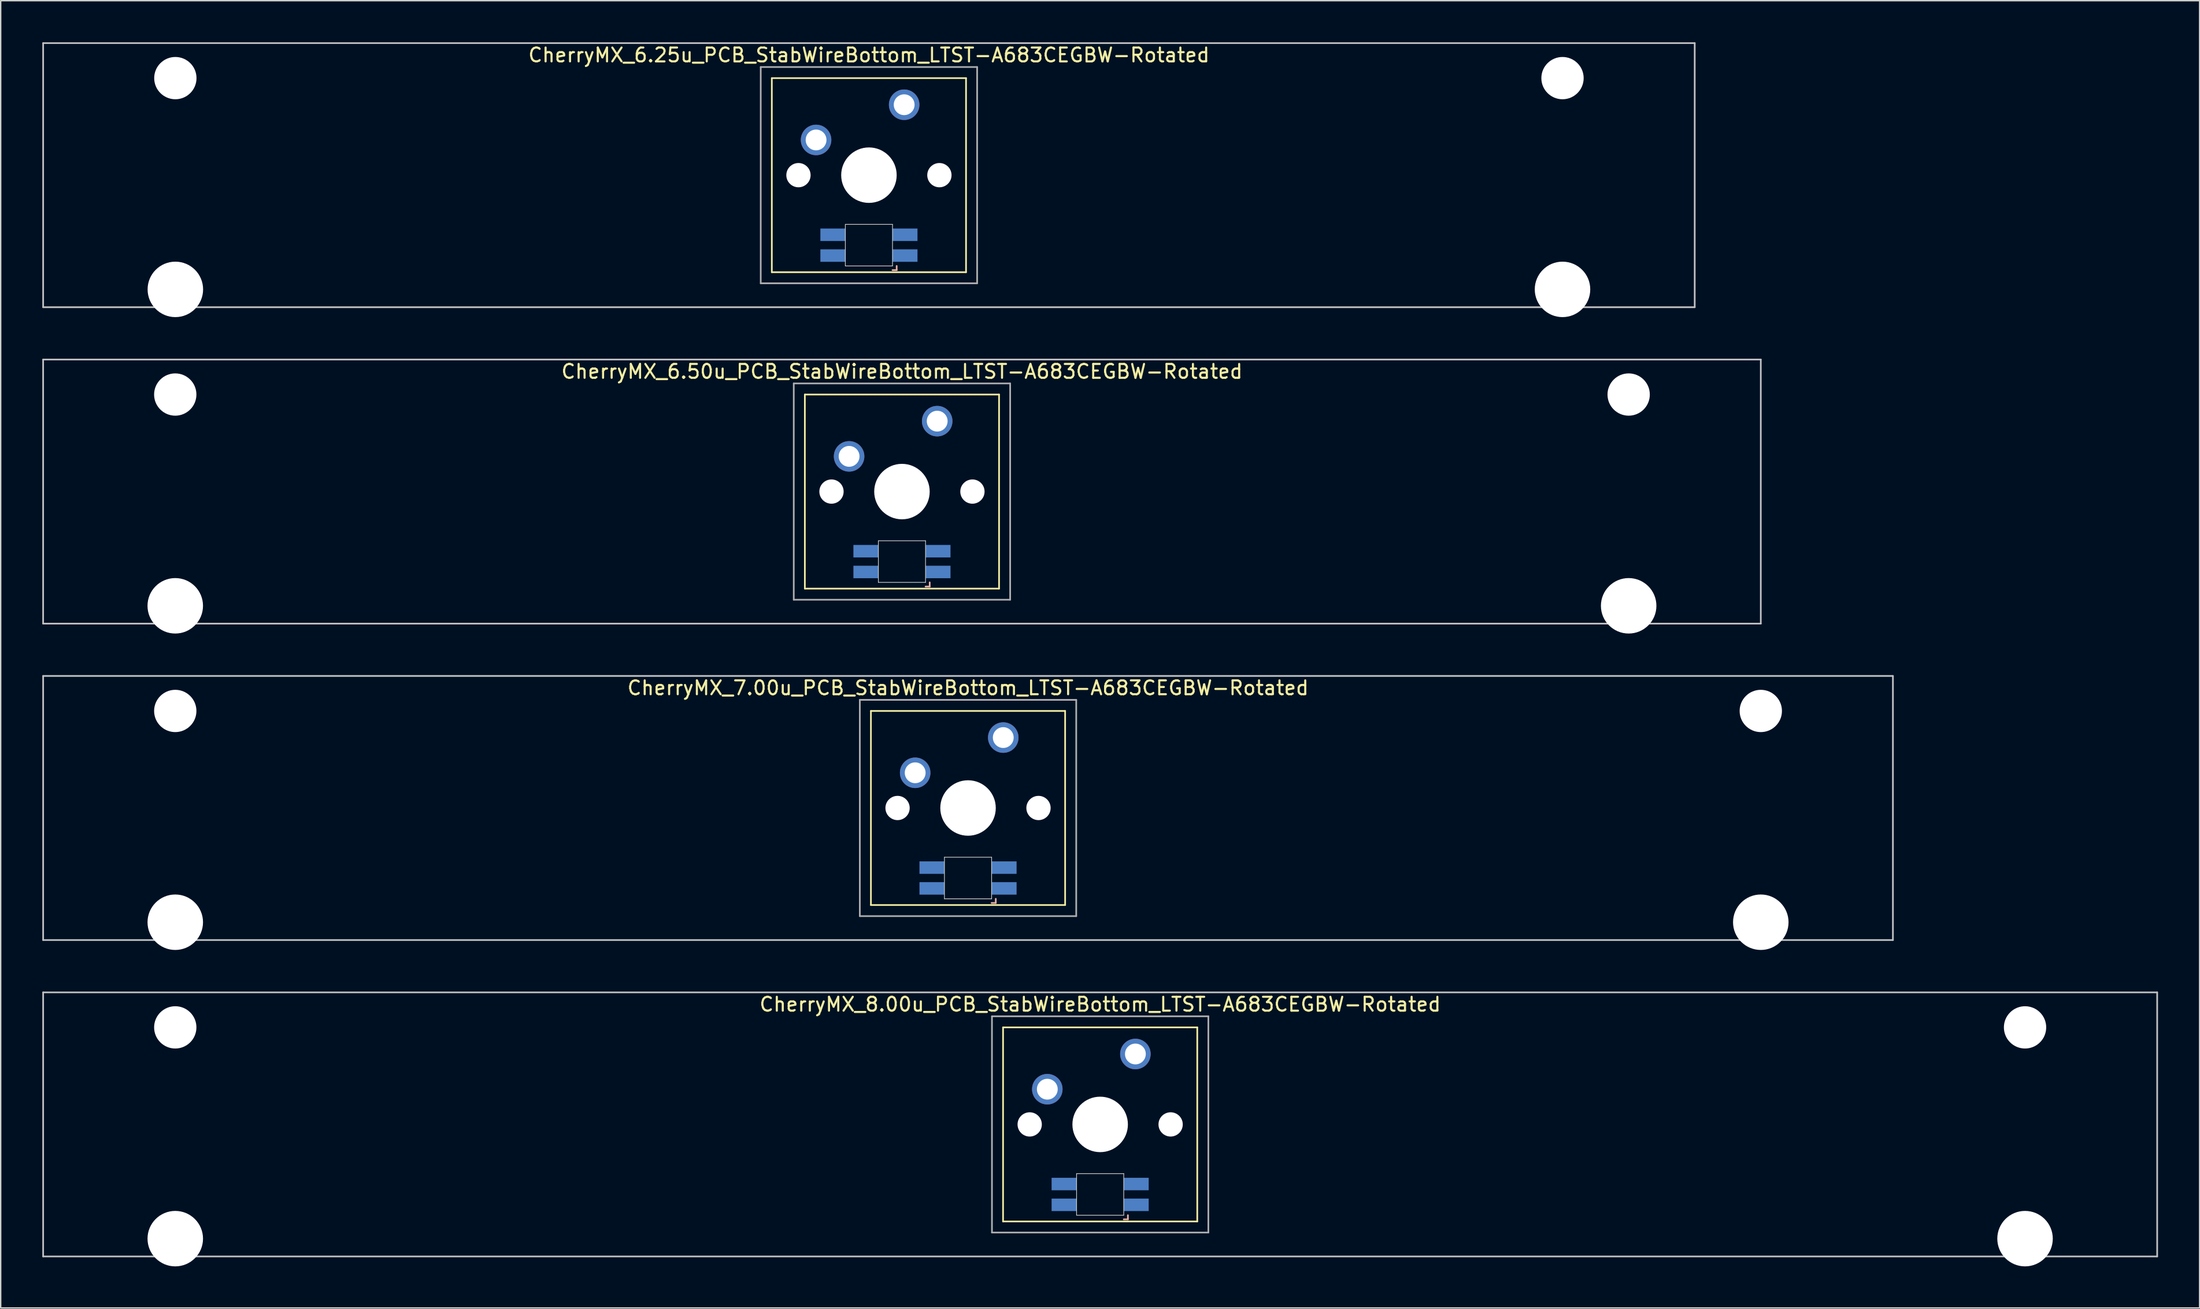
<source format=kicad_pcb>
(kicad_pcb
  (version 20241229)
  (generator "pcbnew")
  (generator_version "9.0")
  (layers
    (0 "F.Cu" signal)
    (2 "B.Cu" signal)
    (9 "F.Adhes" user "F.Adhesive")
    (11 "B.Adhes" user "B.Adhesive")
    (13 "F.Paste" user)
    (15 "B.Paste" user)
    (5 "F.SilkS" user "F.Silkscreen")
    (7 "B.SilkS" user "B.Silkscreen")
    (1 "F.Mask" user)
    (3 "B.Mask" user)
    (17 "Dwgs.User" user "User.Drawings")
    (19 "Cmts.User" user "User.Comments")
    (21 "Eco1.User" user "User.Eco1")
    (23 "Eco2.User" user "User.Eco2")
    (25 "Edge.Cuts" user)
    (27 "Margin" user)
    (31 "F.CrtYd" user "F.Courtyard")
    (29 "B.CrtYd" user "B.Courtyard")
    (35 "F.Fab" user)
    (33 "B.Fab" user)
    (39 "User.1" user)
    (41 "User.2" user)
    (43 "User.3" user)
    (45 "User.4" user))
  (footprint "CherryMX_8.00u_PCB_StabWireBottom_LTST-A683CEGBW-Rotated"
    (layer "F.Cu")
    (at 76.26 78.06)
    (property "Reference" "CherryMX_8.00u_PCB_StabWireBottom_LTST-A683CEGBW-Rotated" (at 0 -8.662 0) (layer "F.SilkS") (effects (font (size 1 1) (thickness 0.15))))
    (attr through_hole)
    (fp_line (start -7 -7) (end -7 7) (stroke (width 0.12) (type solid)) (layer "F.SilkS"))
    (fp_line (start -7 -7) (end 7 -7) (stroke (width 0.12) (type solid)) (layer "F.SilkS"))
    (fp_line (start 7 -7) (end 7 7) (stroke (width 0.12) (type solid)) (layer "F.SilkS"))
    (fp_line (start 7 7) (end -7 7) (stroke (width 0.12) (type solid)) (layer "F.SilkS"))
    (fp_line (start 1.7 6.85) (end 2 6.85) (stroke (width 0.12) (type solid)) (layer "B.SilkS"))
    (fp_line (start 2 6.85) (end 2 6.55) (stroke (width 0.12) (type solid)) (layer "B.SilkS"))
    (fp_line (start -76.2 -9.525) (end 76.2 -9.525) (stroke (width 0.12) (type solid)) (layer "Dwgs.User"))
    (fp_line (start -76.2 9.525) (end -76.2 -9.525) (stroke (width 0.12) (type solid)) (layer "Dwgs.User"))
    (fp_line (start 76.2 -9.525) (end 76.2 9.525) (stroke (width 0.12) (type solid)) (layer "Dwgs.User"))
    (fp_line (start 76.2 9.525) (end -76.2 9.525) (stroke (width 0.12) (type solid)) (layer "Dwgs.User"))
    (fp_line (start -1.7 3.55) (end 1.7 3.55) (stroke (width 0.05) (type solid)) (layer "Edge.Cuts"))
    (fp_line (start -1.7 6.55) (end -1.7 3.55) (stroke (width 0.05) (type solid)) (layer "Edge.Cuts"))
    (fp_line (start 1.7 3.55) (end 1.7 6.55) (stroke (width 0.05) (type solid)) (layer "Edge.Cuts"))
    (fp_line (start 1.7 6.55) (end -1.7 6.55) (stroke (width 0.05) (type solid)) (layer "Edge.Cuts"))
    (fp_line (start -7.8 -7.8) (end -7.8 7.8) (stroke (width 0.12) (type solid)) (layer "F.Fab"))
    (fp_line (start -7.8 -7.8) (end 7.8 -7.8) (stroke (width 0.12) (type solid)) (layer "F.Fab"))
    (fp_line (start -7.8 7.8) (end 7.8 7.8) (stroke (width 0.12) (type solid)) (layer "F.Fab"))
    (fp_line (start 7.8 -7.8) (end 7.8 7.8) (stroke (width 0.12) (type solid)) (layer "F.Fab"))
    (pad "" np_thru_hole circle (at -66.675 -7) (size 3.05 3.05) (drill 3.05) (layers "*.Cu" "*.Mask"))
    (pad "" np_thru_hole circle (at -66.675 8.24) (size 4 4) (drill 4) (layers "*.Cu" "*.Mask"))
    (pad "" np_thru_hole circle (at -5.08 0) (size 1.75 1.75) (drill 1.75) (layers "*.Cu" "*.Mask"))
    (pad "" np_thru_hole circle (at 0 0) (size 4 4) (drill 4) (layers "*.Cu" "*.Mask"))
    (pad "" np_thru_hole circle (at 5.08 0) (size 1.75 1.75) (drill 1.75) (layers "*.Cu" "*.Mask"))
    (pad "" np_thru_hole circle (at 66.675 -7) (size 3.05 3.05) (drill 3.05) (layers "*.Cu" "*.Mask"))
    (pad "" np_thru_hole circle (at 66.675 8.24) (size 4 4) (drill 4) (layers "*.Cu" "*.Mask"))
    (pad "1" thru_hole circle (at -3.81 -2.54) (size 2.2 2.2) (drill 1.5) (layers "*.Cu" "*.Mask"))
    (pad "2" thru_hole circle (at 2.54 -5.08) (size 2.2 2.2) (drill 1.5) (layers "*.Cu" "*.Mask"))
    (pad "3" smd rect (at 2.6 5.8) (size 1.8 0.9) (layers "B.Cu" "B.Mask" "B.Paste"))
    (pad "4" smd rect (at 2.6 4.3) (size 1.8 0.9) (layers "B.Cu" "B.Mask" "B.Paste"))
    (pad "5" smd rect (at -2.6 5.8) (size 1.8 0.9) (layers "B.Cu" "B.Mask" "B.Paste"))
    (pad "6" smd rect (at -2.6 4.3) (size 1.8 0.9) (layers "B.Cu" "B.Mask" "B.Paste")))
  (footprint "CherryMX_7.00u_PCB_StabWireBottom_LTST-A683CEGBW-Rotated"
    (layer "F.Cu")
    (at 66.735 55.235)
    (property "Reference" "CherryMX_7.00u_PCB_StabWireBottom_LTST-A683CEGBW-Rotated" (at 0 -8.662 0) (layer "F.SilkS") (effects (font (size 1 1) (thickness 0.15))))
    (attr through_hole)
    (fp_line (start -7 -7) (end -7 7) (stroke (width 0.12) (type solid)) (layer "F.SilkS"))
    (fp_line (start -7 -7) (end 7 -7) (stroke (width 0.12) (type solid)) (layer "F.SilkS"))
    (fp_line (start 7 -7) (end 7 7) (stroke (width 0.12) (type solid)) (layer "F.SilkS"))
    (fp_line (start 7 7) (end -7 7) (stroke (width 0.12) (type solid)) (layer "F.SilkS"))
    (fp_line (start 1.7 6.85) (end 2 6.85) (stroke (width 0.12) (type solid)) (layer "B.SilkS"))
    (fp_line (start 2 6.85) (end 2 6.55) (stroke (width 0.12) (type solid)) (layer "B.SilkS"))
    (fp_line (start -66.675 -9.525) (end 66.675 -9.525) (stroke (width 0.12) (type solid)) (layer "Dwgs.User"))
    (fp_line (start -66.675 9.525) (end -66.675 -9.525) (stroke (width 0.12) (type solid)) (layer "Dwgs.User"))
    (fp_line (start 66.675 -9.525) (end 66.675 9.525) (stroke (width 0.12) (type solid)) (layer "Dwgs.User"))
    (fp_line (start 66.675 9.525) (end -66.675 9.525) (stroke (width 0.12) (type solid)) (layer "Dwgs.User"))
    (fp_line (start -1.7 3.55) (end 1.7 3.55) (stroke (width 0.05) (type solid)) (layer "Edge.Cuts"))
    (fp_line (start -1.7 6.55) (end -1.7 3.55) (stroke (width 0.05) (type solid)) (layer "Edge.Cuts"))
    (fp_line (start 1.7 3.55) (end 1.7 6.55) (stroke (width 0.05) (type solid)) (layer "Edge.Cuts"))
    (fp_line (start 1.7 6.55) (end -1.7 6.55) (stroke (width 0.05) (type solid)) (layer "Edge.Cuts"))
    (fp_line (start -7.8 -7.8) (end -7.8 7.8) (stroke (width 0.12) (type solid)) (layer "F.Fab"))
    (fp_line (start -7.8 -7.8) (end 7.8 -7.8) (stroke (width 0.12) (type solid)) (layer "F.Fab"))
    (fp_line (start -7.8 7.8) (end 7.8 7.8) (stroke (width 0.12) (type solid)) (layer "F.Fab"))
    (fp_line (start 7.8 -7.8) (end 7.8 7.8) (stroke (width 0.12) (type solid)) (layer "F.Fab"))
    (pad "" np_thru_hole circle (at -57.15 -7) (size 3.05 3.05) (drill 3.05) (layers "*.Cu" "*.Mask"))
    (pad "" np_thru_hole circle (at -57.15 8.24) (size 4 4) (drill 4) (layers "*.Cu" "*.Mask"))
    (pad "" np_thru_hole circle (at -5.08 0) (size 1.75 1.75) (drill 1.75) (layers "*.Cu" "*.Mask"))
    (pad "" np_thru_hole circle (at 0 0) (size 4 4) (drill 4) (layers "*.Cu" "*.Mask"))
    (pad "" np_thru_hole circle (at 5.08 0) (size 1.75 1.75) (drill 1.75) (layers "*.Cu" "*.Mask"))
    (pad "" np_thru_hole circle (at 57.15 -7) (size 3.05 3.05) (drill 3.05) (layers "*.Cu" "*.Mask"))
    (pad "" np_thru_hole circle (at 57.15 8.24) (size 4 4) (drill 4) (layers "*.Cu" "*.Mask"))
    (pad "1" thru_hole circle (at -3.81 -2.54) (size 2.2 2.2) (drill 1.5) (layers "*.Cu" "*.Mask"))
    (pad "2" thru_hole circle (at 2.54 -5.08) (size 2.2 2.2) (drill 1.5) (layers "*.Cu" "*.Mask"))
    (pad "3" smd rect (at 2.6 5.8) (size 1.8 0.9) (layers "B.Cu" "B.Mask" "B.Paste"))
    (pad "4" smd rect (at 2.6 4.3) (size 1.8 0.9) (layers "B.Cu" "B.Mask" "B.Paste"))
    (pad "5" smd rect (at -2.6 5.8) (size 1.8 0.9) (layers "B.Cu" "B.Mask" "B.Paste"))
    (pad "6" smd rect (at -2.6 4.3) (size 1.8 0.9) (layers "B.Cu" "B.Mask" "B.Paste")))
  (footprint "CherryMX_6.25u_PCB_StabWireBottom_LTST-A683CEGBW-Rotated"
    (layer "F.Cu")
    (at 59.591 9.585)
    (property "Reference" "CherryMX_6.25u_PCB_StabWireBottom_LTST-A683CEGBW-Rotated" (at 0 -8.662 0) (layer "F.SilkS") (effects (font (size 1 1) (thickness 0.15))))
    (attr through_hole)
    (fp_line (start -7 -7) (end -7 7) (stroke (width 0.12) (type solid)) (layer "F.SilkS"))
    (fp_line (start -7 -7) (end 7 -7) (stroke (width 0.12) (type solid)) (layer "F.SilkS"))
    (fp_line (start 7 -7) (end 7 7) (stroke (width 0.12) (type solid)) (layer "F.SilkS"))
    (fp_line (start 7 7) (end -7 7) (stroke (width 0.12) (type solid)) (layer "F.SilkS"))
    (fp_line (start 1.7 6.85) (end 2 6.85) (stroke (width 0.12) (type solid)) (layer "B.SilkS"))
    (fp_line (start 2 6.85) (end 2 6.55) (stroke (width 0.12) (type solid)) (layer "B.SilkS"))
    (fp_line (start -59.531 -9.525) (end 59.531 -9.525) (stroke (width 0.12) (type solid)) (layer "Dwgs.User"))
    (fp_line (start -59.531 9.525) (end -59.531 -9.525) (stroke (width 0.12) (type solid)) (layer "Dwgs.User"))
    (fp_line (start 59.531 -9.525) (end 59.531 9.525) (stroke (width 0.12) (type solid)) (layer "Dwgs.User"))
    (fp_line (start 59.531 9.525) (end -59.531 9.525) (stroke (width 0.12) (type solid)) (layer "Dwgs.User"))
    (fp_line (start -1.7 3.55) (end 1.7 3.55) (stroke (width 0.05) (type solid)) (layer "Edge.Cuts"))
    (fp_line (start -1.7 6.55) (end -1.7 3.55) (stroke (width 0.05) (type solid)) (layer "Edge.Cuts"))
    (fp_line (start 1.7 3.55) (end 1.7 6.55) (stroke (width 0.05) (type solid)) (layer "Edge.Cuts"))
    (fp_line (start 1.7 6.55) (end -1.7 6.55) (stroke (width 0.05) (type solid)) (layer "Edge.Cuts"))
    (fp_line (start -7.8 -7.8) (end -7.8 7.8) (stroke (width 0.12) (type solid)) (layer "F.Fab"))
    (fp_line (start -7.8 -7.8) (end 7.8 -7.8) (stroke (width 0.12) (type solid)) (layer "F.Fab"))
    (fp_line (start -7.8 7.8) (end 7.8 7.8) (stroke (width 0.12) (type solid)) (layer "F.Fab"))
    (fp_line (start 7.8 -7.8) (end 7.8 7.8) (stroke (width 0.12) (type solid)) (layer "F.Fab"))
    (pad "" np_thru_hole circle (at -50 -7) (size 3.05 3.05) (drill 3.05) (layers "*.Cu" "*.Mask"))
    (pad "" np_thru_hole circle (at -50 8.24) (size 4 4) (drill 4) (layers "*.Cu" "*.Mask"))
    (pad "" np_thru_hole circle (at -5.08 0) (size 1.75 1.75) (drill 1.75) (layers "*.Cu" "*.Mask"))
    (pad "" np_thru_hole circle (at 0 0) (size 4 4) (drill 4) (layers "*.Cu" "*.Mask"))
    (pad "" np_thru_hole circle (at 5.08 0) (size 1.75 1.75) (drill 1.75) (layers "*.Cu" "*.Mask"))
    (pad "" np_thru_hole circle (at 50 -7) (size 3.05 3.05) (drill 3.05) (layers "*.Cu" "*.Mask"))
    (pad "" np_thru_hole circle (at 50 8.24) (size 4 4) (drill 4) (layers "*.Cu" "*.Mask"))
    (pad "1" thru_hole circle (at -3.81 -2.54) (size 2.2 2.2) (drill 1.5) (layers "*.Cu" "*.Mask"))
    (pad "2" thru_hole circle (at 2.54 -5.08) (size 2.2 2.2) (drill 1.5) (layers "*.Cu" "*.Mask"))
    (pad "3" smd rect (at 2.6 5.8) (size 1.8 0.9) (layers "B.Cu" "B.Mask" "B.Paste"))
    (pad "4" smd rect (at 2.6 4.3) (size 1.8 0.9) (layers "B.Cu" "B.Mask" "B.Paste"))
    (pad "5" smd rect (at -2.6 5.8) (size 1.8 0.9) (layers "B.Cu" "B.Mask" "B.Paste"))
    (pad "6" smd rect (at -2.6 4.3) (size 1.8 0.9) (layers "B.Cu" "B.Mask" "B.Paste")))
  (footprint "CherryMX_6.50u_PCB_StabWireBottom_LTST-A683CEGBW-Rotated"
    (layer "F.Cu")
    (at 61.972 32.41)
    (property "Reference" "CherryMX_6.50u_PCB_StabWireBottom_LTST-A683CEGBW-Rotated" (at 0 -8.662 0) (layer "F.SilkS") (effects (font (size 1 1) (thickness 0.15))))
    (attr through_hole)
    (fp_line (start -7 -7) (end -7 7) (stroke (width 0.12) (type solid)) (layer "F.SilkS"))
    (fp_line (start -7 -7) (end 7 -7) (stroke (width 0.12) (type solid)) (layer "F.SilkS"))
    (fp_line (start 7 -7) (end 7 7) (stroke (width 0.12) (type solid)) (layer "F.SilkS"))
    (fp_line (start 7 7) (end -7 7) (stroke (width 0.12) (type solid)) (layer "F.SilkS"))
    (fp_line (start 1.7 6.85) (end 2 6.85) (stroke (width 0.12) (type solid)) (layer "B.SilkS"))
    (fp_line (start 2 6.85) (end 2 6.55) (stroke (width 0.12) (type solid)) (layer "B.SilkS"))
    (fp_line (start -61.913 -9.525) (end 61.913 -9.525) (stroke (width 0.12) (type solid)) (layer "Dwgs.User"))
    (fp_line (start -61.913 9.525) (end -61.913 -9.525) (stroke (width 0.12) (type solid)) (layer "Dwgs.User"))
    (fp_line (start 61.913 -9.525) (end 61.913 9.525) (stroke (width 0.12) (type solid)) (layer "Dwgs.User"))
    (fp_line (start 61.913 9.525) (end -61.913 9.525) (stroke (width 0.12) (type solid)) (layer "Dwgs.User"))
    (fp_line (start -1.7 3.55) (end 1.7 3.55) (stroke (width 0.05) (type solid)) (layer "Edge.Cuts"))
    (fp_line (start -1.7 6.55) (end -1.7 3.55) (stroke (width 0.05) (type solid)) (layer "Edge.Cuts"))
    (fp_line (start 1.7 3.55) (end 1.7 6.55) (stroke (width 0.05) (type solid)) (layer "Edge.Cuts"))
    (fp_line (start 1.7 6.55) (end -1.7 6.55) (stroke (width 0.05) (type solid)) (layer "Edge.Cuts"))
    (fp_line (start -7.8 -7.8) (end -7.8 7.8) (stroke (width 0.12) (type solid)) (layer "F.Fab"))
    (fp_line (start -7.8 -7.8) (end 7.8 -7.8) (stroke (width 0.12) (type solid)) (layer "F.Fab"))
    (fp_line (start -7.8 7.8) (end 7.8 7.8) (stroke (width 0.12) (type solid)) (layer "F.Fab"))
    (fp_line (start 7.8 -7.8) (end 7.8 7.8) (stroke (width 0.12) (type solid)) (layer "F.Fab"))
    (pad "" np_thru_hole circle (at -52.388 -7) (size 3.05 3.05) (drill 3.05) (layers "*.Cu" "*.Mask"))
    (pad "" np_thru_hole circle (at -52.388 8.24) (size 4 4) (drill 4) (layers "*.Cu" "*.Mask"))
    (pad "" np_thru_hole circle (at -5.08 0) (size 1.75 1.75) (drill 1.75) (layers "*.Cu" "*.Mask"))
    (pad "" np_thru_hole circle (at 0 0) (size 4 4) (drill 4) (layers "*.Cu" "*.Mask"))
    (pad "" np_thru_hole circle (at 5.08 0) (size 1.75 1.75) (drill 1.75) (layers "*.Cu" "*.Mask"))
    (pad "" np_thru_hole circle (at 52.388 -7) (size 3.05 3.05) (drill 3.05) (layers "*.Cu" "*.Mask"))
    (pad "" np_thru_hole circle (at 52.388 8.24) (size 4 4) (drill 4) (layers "*.Cu" "*.Mask"))
    (pad "1" thru_hole circle (at -3.81 -2.54) (size 2.2 2.2) (drill 1.5) (layers "*.Cu" "*.Mask"))
    (pad "2" thru_hole circle (at 2.54 -5.08) (size 2.2 2.2) (drill 1.5) (layers "*.Cu" "*.Mask"))
    (pad "3" smd rect (at 2.6 5.8) (size 1.8 0.9) (layers "B.Cu" "B.Mask" "B.Paste"))
    (pad "4" smd rect (at 2.6 4.3) (size 1.8 0.9) (layers "B.Cu" "B.Mask" "B.Paste"))
    (pad "5" smd rect (at -2.6 5.8) (size 1.8 0.9) (layers "B.Cu" "B.Mask" "B.Paste"))
    (pad "6" smd rect (at -2.6 4.3) (size 1.8 0.9) (layers "B.Cu" "B.Mask" "B.Paste")))
  (gr_rect
    (start -3 -3)
    (end 155.52 91.3)
    (stroke (width 0.1) (type default))
    (fill no)
    (layer "Edge.Cuts")))
</source>
